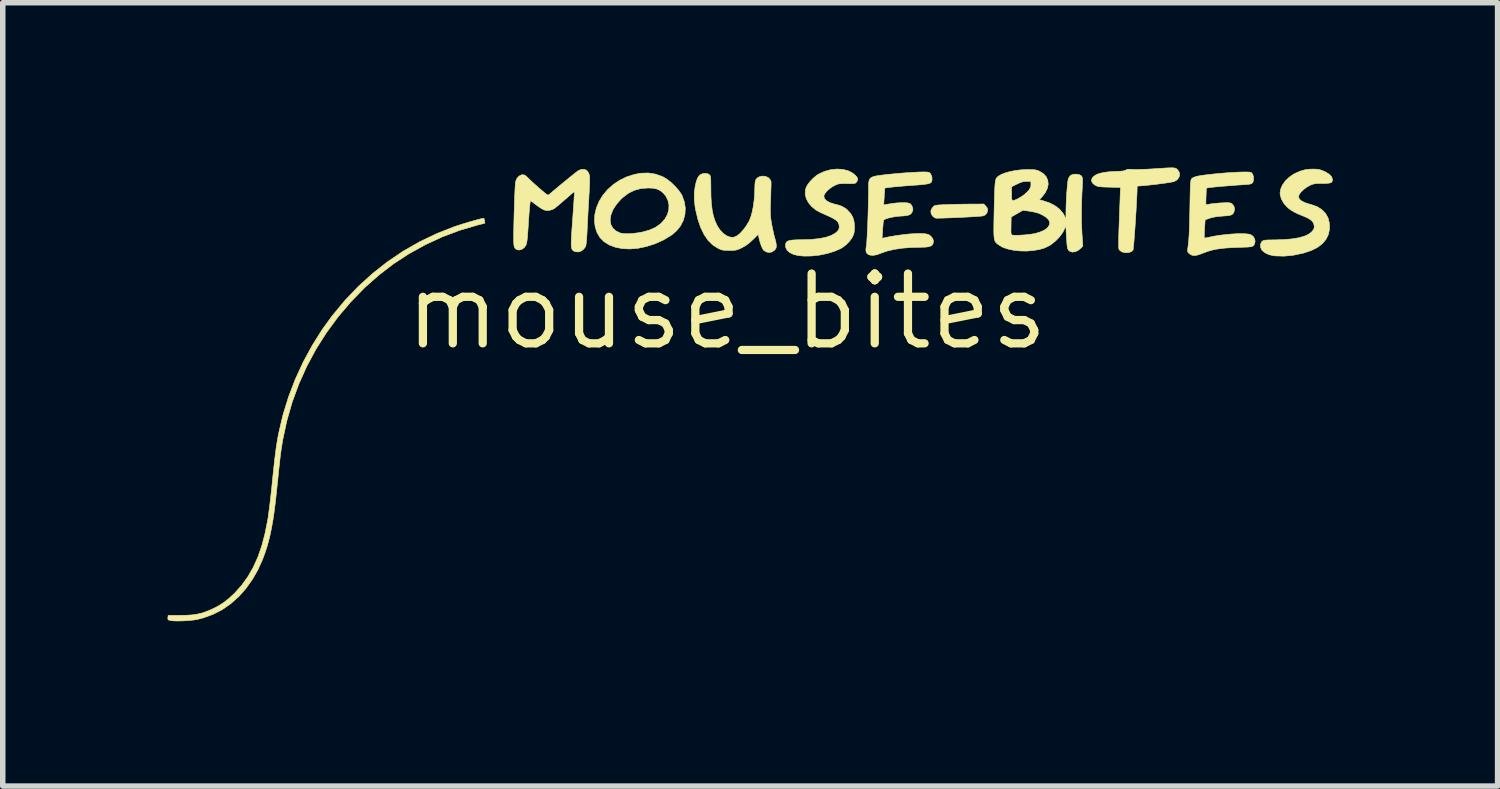
<source format=kicad_pcb>
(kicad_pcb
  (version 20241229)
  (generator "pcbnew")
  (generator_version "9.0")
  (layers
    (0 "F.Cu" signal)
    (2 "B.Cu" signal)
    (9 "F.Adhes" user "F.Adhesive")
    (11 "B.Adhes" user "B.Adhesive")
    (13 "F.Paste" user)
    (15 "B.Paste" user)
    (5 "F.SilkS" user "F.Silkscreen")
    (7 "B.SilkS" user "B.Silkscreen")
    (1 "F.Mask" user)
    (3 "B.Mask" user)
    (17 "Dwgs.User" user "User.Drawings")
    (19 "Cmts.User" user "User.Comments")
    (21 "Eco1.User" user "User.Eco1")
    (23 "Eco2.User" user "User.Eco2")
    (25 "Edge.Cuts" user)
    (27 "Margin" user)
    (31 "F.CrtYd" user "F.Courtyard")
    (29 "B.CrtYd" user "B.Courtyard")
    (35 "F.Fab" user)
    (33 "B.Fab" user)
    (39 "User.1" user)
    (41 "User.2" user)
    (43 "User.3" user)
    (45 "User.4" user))
  (footprint "mouse_bites"
    (layer "F.Cu")
    (at 10.182 2.62)
    (property "Reference" "mouse_bites" (at 0 0 0) (layer "F.SilkS") (effects (font (size 1.27 1.27) (thickness 0.15))))
    (attr through_hole)
    (fp_poly (pts (xy 4.713 -1.919) (xy 4.742 -1.88) (xy 4.748 -1.84) (xy 4.732 -1.793) (xy 4.731 -1.791) (xy 4.7 -1.756) (xy 4.664 -1.74) (xy 4.641 -1.737) (xy 4.597 -1.733) (xy 4.535 -1.729) (xy 4.459 -1.724) (xy 4.374 -1.719) (xy 4.282 -1.714) (xy 4.189 -1.71) (xy 4.097 -1.706) (xy 4.011 -1.703) (xy 3.934 -1.7) (xy 3.871 -1.699) (xy 3.825 -1.698) (xy 3.801 -1.699) (xy 3.775 -1.711) (xy 3.746 -1.736) (xy 3.739 -1.743) (xy 3.715 -1.79) (xy 3.714 -1.839) (xy 3.738 -1.887) (xy 3.753 -1.904) (xy 3.766 -1.917) (xy 3.781 -1.926) (xy 3.802 -1.932) (xy 3.833 -1.937) (xy 3.879 -1.94) (xy 3.944 -1.944) (xy 3.978 -1.945) (xy 4.057 -1.948) (xy 4.153 -1.951) (xy 4.256 -1.953) (xy 4.357 -1.954) (xy 4.424 -1.955) (xy 4.676 -1.956) (xy 4.713 -1.919)) (stroke (width 0.01) (type solid)) (fill yes) (layer "F.SilkS"))
    (fp_poly (pts (xy -1.301 -2.501) (xy -1.174 -2.456) (xy -1.159 -2.449) (xy -1.09 -2.407) (xy -1.017 -2.35) (xy -0.946 -2.282) (xy -0.883 -2.211) (xy -0.833 -2.141) (xy -0.815 -2.108) (xy -0.774 -1.994) (xy -0.757 -1.88) (xy -0.764 -1.767) (xy -0.793 -1.658) (xy -0.845 -1.557) (xy -0.918 -1.466) (xy -1.012 -1.387) (xy -1.014 -1.386) (xy -1.156 -1.301) (xy -1.307 -1.233) (xy -1.463 -1.183) (xy -1.62 -1.15) (xy -1.773 -1.138) (xy -1.899 -1.144) (xy -2.029 -1.169) (xy -2.141 -1.211) (xy -2.235 -1.269) (xy -2.309 -1.343) (xy -2.363 -1.433) (xy -2.397 -1.537) (xy -2.41 -1.632) (xy -2.409 -1.661) (xy -2.125 -1.661) (xy -2.113 -1.585) (xy -2.079 -1.52) (xy -2.023 -1.468) (xy -1.949 -1.432) (xy -1.931 -1.426) (xy -1.875 -1.417) (xy -1.801 -1.415) (xy -1.714 -1.42) (xy -1.621 -1.432) (xy -1.531 -1.448) (xy -1.406 -1.484) (xy -1.3 -1.531) (xy -1.212 -1.593) (xy -1.198 -1.605) (xy -1.13 -1.681) (xy -1.083 -1.764) (xy -1.058 -1.851) (xy -1.055 -1.939) (xy -1.074 -2.024) (xy -1.114 -2.104) (xy -1.164 -2.162) (xy -1.216 -2.202) (xy -1.274 -2.229) (xy -1.346 -2.244) (xy -1.434 -2.248) (xy -1.566 -2.238) (xy -1.685 -2.206) (xy -1.794 -2.152) (xy -1.895 -2.075) (xy -1.933 -2.039) (xy -2.015 -1.945) (xy -2.074 -1.852) (xy -2.111 -1.758) (xy -2.114 -1.746) (xy -2.125 -1.661) (xy -2.409 -1.661) (xy -2.405 -1.76) (xy -2.376 -1.885) (xy -2.326 -2.005) (xy -2.257 -2.117) (xy -2.17 -2.22) (xy -2.068 -2.311) (xy -1.952 -2.389) (xy -1.824 -2.451) (xy -1.686 -2.495) (xy -1.57 -2.517) (xy -1.433 -2.521) (xy -1.301 -2.501)) (stroke (width 0.01) (type solid)) (fill yes) (layer "F.SilkS"))
    (fp_poly (pts (xy 2.106 -2.587) (xy 2.204 -2.563) (xy 2.211 -2.56) (xy 2.277 -2.527) (xy 2.33 -2.487) (xy 2.368 -2.445) (xy 2.38 -2.418) (xy 2.377 -2.385) (xy 2.362 -2.359) (xy 2.35 -2.345) (xy 2.337 -2.335) (xy 2.318 -2.33) (xy 2.288 -2.328) (xy 2.241 -2.327) (xy 2.187 -2.328) (xy 2.122 -2.329) (xy 2.074 -2.327) (xy 2.039 -2.323) (xy 2.009 -2.315) (xy 1.978 -2.302) (xy 1.967 -2.297) (xy 1.908 -2.264) (xy 1.855 -2.224) (xy 1.81 -2.18) (xy 1.779 -2.138) (xy 1.765 -2.102) (xy 1.765 -2.098) (xy 1.777 -2.054) (xy 1.814 -2.015) (xy 1.875 -1.981) (xy 1.961 -1.954) (xy 2.006 -1.944) (xy 2.101 -1.912) (xy 2.183 -1.859) (xy 2.251 -1.785) (xy 2.288 -1.724) (xy 2.309 -1.665) (xy 2.321 -1.592) (xy 2.323 -1.513) (xy 2.316 -1.439) (xy 2.305 -1.398) (xy 2.275 -1.337) (xy 2.227 -1.273) (xy 2.168 -1.213) (xy 2.102 -1.163) (xy 2.074 -1.146) (xy 1.958 -1.096) (xy 1.826 -1.055) (xy 1.685 -1.026) (xy 1.542 -1.01) (xy 1.404 -1.008) (xy 1.304 -1.017) (xy 1.217 -1.037) (xy 1.149 -1.069) (xy 1.1 -1.11) (xy 1.072 -1.16) (xy 1.067 -1.198) (xy 1.07 -1.232) (xy 1.08 -1.258) (xy 1.1 -1.277) (xy 1.133 -1.291) (xy 1.182 -1.299) (xy 1.249 -1.304) (xy 1.338 -1.306) (xy 1.378 -1.306) (xy 1.54 -1.312) (xy 1.682 -1.327) (xy 1.802 -1.351) (xy 1.901 -1.385) (xy 1.977 -1.428) (xy 2.003 -1.451) (xy 2.031 -1.483) (xy 2.043 -1.515) (xy 2.045 -1.545) (xy 2.039 -1.588) (xy 2.022 -1.626) (xy 1.989 -1.66) (xy 1.938 -1.693) (xy 1.866 -1.729) (xy 1.825 -1.747) (xy 1.762 -1.775) (xy 1.7 -1.804) (xy 1.647 -1.832) (xy 1.616 -1.85) (xy 1.541 -1.912) (xy 1.483 -1.982) (xy 1.444 -2.058) (xy 1.425 -2.137) (xy 1.429 -2.214) (xy 1.446 -2.267) (xy 1.477 -2.319) (xy 1.523 -2.376) (xy 1.578 -2.432) (xy 1.634 -2.478) (xy 1.668 -2.5) (xy 1.773 -2.549) (xy 1.885 -2.58) (xy 1.998 -2.593) (xy 2.106 -2.587)) (stroke (width 0.01) (type solid)) (fill yes) (layer "F.SilkS"))
    (fp_poly (pts (xy 8.12 -2.615) (xy 8.148 -2.612) (xy 8.168 -2.607) (xy 8.183 -2.599) (xy 8.196 -2.589) (xy 8.205 -2.579) (xy 8.234 -2.535) (xy 8.241 -2.487) (xy 8.228 -2.44) (xy 8.196 -2.398) (xy 8.149 -2.369) (xy 8.13 -2.362) (xy 8.099 -2.356) (xy 8.047 -2.347) (xy 7.98 -2.337) (xy 7.903 -2.327) (xy 7.821 -2.316) (xy 7.738 -2.307) (xy 7.661 -2.298) (xy 7.593 -2.292) (xy 7.575 -2.29) (xy 7.468 -2.282) (xy 7.467 -2.23) (xy 7.466 -2.181) (xy 7.463 -2.115) (xy 7.459 -2.035) (xy 7.454 -1.943) (xy 7.449 -1.844) (xy 7.442 -1.74) (xy 7.436 -1.635) (xy 7.429 -1.531) (xy 7.422 -1.433) (xy 7.415 -1.342) (xy 7.409 -1.263) (xy 7.403 -1.198) (xy 7.398 -1.152) (xy 7.395 -1.126) (xy 7.394 -1.122) (xy 7.365 -1.092) (xy 7.319 -1.074) (xy 7.266 -1.069) (xy 7.21 -1.079) (xy 7.192 -1.085) (xy 7.16 -1.105) (xy 7.138 -1.129) (xy 7.138 -1.13) (xy 7.134 -1.144) (xy 7.132 -1.171) (xy 7.131 -1.212) (xy 7.131 -1.271) (xy 7.132 -1.348) (xy 7.135 -1.445) (xy 7.139 -1.565) (xy 7.143 -1.676) (xy 7.147 -1.79) (xy 7.151 -1.896) (xy 7.155 -1.993) (xy 7.158 -2.076) (xy 7.16 -2.144) (xy 7.162 -2.194) (xy 7.163 -2.222) (xy 7.163 -2.227) (xy 7.163 -2.258) (xy 6.963 -2.263) (xy 6.884 -2.265) (xy 6.826 -2.268) (xy 6.784 -2.272) (xy 6.753 -2.277) (xy 6.728 -2.286) (xy 6.712 -2.293) (xy 6.664 -2.328) (xy 6.64 -2.367) (xy 6.639 -2.407) (xy 6.663 -2.447) (xy 6.71 -2.483) (xy 6.737 -2.497) (xy 6.793 -2.516) (xy 6.869 -2.532) (xy 6.96 -2.543) (xy 7.062 -2.55) (xy 7.141 -2.552) (xy 7.208 -2.557) (xy 7.253 -2.57) (xy 7.259 -2.573) (xy 7.282 -2.585) (xy 7.312 -2.589) (xy 7.357 -2.588) (xy 7.382 -2.586) (xy 7.422 -2.585) (xy 7.483 -2.585) (xy 7.558 -2.587) (xy 7.642 -2.59) (xy 7.731 -2.595) (xy 7.76 -2.597) (xy 7.871 -2.604) (xy 7.96 -2.61) (xy 8.029 -2.614) (xy 8.082 -2.615) (xy 8.12 -2.615)) (stroke (width 0.01) (type solid)) (fill yes) (layer "F.SilkS"))
    (fp_poly (pts (xy 10.726 -2.591) (xy 10.779 -2.584) (xy 10.828 -2.57) (xy 10.883 -2.546) (xy 10.898 -2.539) (xy 10.964 -2.498) (xy 11.006 -2.455) (xy 11.023 -2.409) (xy 11.024 -2.4) (xy 11.02 -2.373) (xy 11.009 -2.354) (xy 10.985 -2.341) (xy 10.945 -2.334) (xy 10.886 -2.331) (xy 10.834 -2.33) (xy 10.768 -2.33) (xy 10.721 -2.328) (xy 10.685 -2.322) (xy 10.653 -2.313) (xy 10.62 -2.299) (xy 10.615 -2.297) (xy 10.555 -2.263) (xy 10.499 -2.221) (xy 10.451 -2.175) (xy 10.419 -2.132) (xy 10.414 -2.121) (xy 10.407 -2.081) (xy 10.422 -2.045) (xy 10.46 -2.012) (xy 10.521 -1.982) (xy 10.607 -1.954) (xy 10.64 -1.945) (xy 10.745 -1.908) (xy 10.831 -1.854) (xy 10.897 -1.786) (xy 10.943 -1.703) (xy 10.967 -1.608) (xy 10.97 -1.503) (xy 10.95 -1.404) (xy 10.907 -1.315) (xy 10.842 -1.237) (xy 10.755 -1.169) (xy 10.644 -1.113) (xy 10.51 -1.067) (xy 10.489 -1.061) (xy 10.307 -1.023) (xy 10.138 -1.007) (xy 9.978 -1.012) (xy 9.94 -1.017) (xy 9.863 -1.036) (xy 9.796 -1.068) (xy 9.745 -1.11) (xy 9.736 -1.121) (xy 9.715 -1.167) (xy 9.712 -1.216) (xy 9.728 -1.26) (xy 9.739 -1.273) (xy 9.75 -1.283) (xy 9.764 -1.291) (xy 9.784 -1.296) (xy 9.814 -1.3) (xy 9.858 -1.302) (xy 9.92 -1.303) (xy 9.989 -1.304) (xy 10.152 -1.31) (xy 10.292 -1.322) (xy 10.409 -1.342) (xy 10.506 -1.369) (xy 10.583 -1.403) (xy 10.642 -1.445) (xy 10.643 -1.447) (xy 10.681 -1.494) (xy 10.694 -1.541) (xy 10.683 -1.593) (xy 10.675 -1.613) (xy 10.652 -1.645) (xy 10.617 -1.675) (xy 10.567 -1.704) (xy 10.497 -1.735) (xy 10.485 -1.739) (xy 10.4 -1.775) (xy 10.332 -1.807) (xy 10.278 -1.839) (xy 10.23 -1.873) (xy 10.201 -1.898) (xy 10.138 -1.968) (xy 10.094 -2.045) (xy 10.072 -2.124) (xy 10.069 -2.157) (xy 10.081 -2.23) (xy 10.114 -2.304) (xy 10.165 -2.376) (xy 10.233 -2.442) (xy 10.313 -2.498) (xy 10.354 -2.519) (xy 10.441 -2.556) (xy 10.519 -2.579) (xy 10.599 -2.59) (xy 10.659 -2.592) (xy 10.726 -2.591)) (stroke (width 0.01) (type solid)) (fill yes) (layer "F.SilkS"))
    (fp_poly (pts (xy -0.35 -2.508) (xy -0.318 -2.489) (xy -0.308 -2.478) (xy -0.302 -2.464) (xy -0.297 -2.442) (xy -0.294 -2.409) (xy -0.293 -2.361) (xy -0.292 -2.294) (xy -0.292 -2.244) (xy -0.29 -2.092) (xy -0.282 -1.961) (xy -0.268 -1.847) (xy -0.248 -1.748) (xy -0.22 -1.66) (xy -0.185 -1.579) (xy -0.175 -1.559) (xy -0.127 -1.486) (xy -0.071 -1.426) (xy -0.01 -1.381) (xy 0.053 -1.355) (xy 0.113 -1.35) (xy 0.127 -1.353) (xy 0.18 -1.375) (xy 0.237 -1.418) (xy 0.294 -1.48) (xy 0.35 -1.555) (xy 0.402 -1.641) (xy 0.41 -1.657) (xy 0.437 -1.726) (xy 0.461 -1.814) (xy 0.481 -1.917) (xy 0.496 -2.03) (xy 0.505 -2.148) (xy 0.508 -2.25) (xy 0.51 -2.305) (xy 0.514 -2.354) (xy 0.521 -2.388) (xy 0.523 -2.394) (xy 0.553 -2.431) (xy 0.598 -2.455) (xy 0.651 -2.465) (xy 0.705 -2.459) (xy 0.752 -2.437) (xy 0.762 -2.429) (xy 0.788 -2.399) (xy 0.803 -2.368) (xy 0.804 -2.362) (xy 0.804 -2.341) (xy 0.804 -2.298) (xy 0.802 -2.238) (xy 0.8 -2.165) (xy 0.798 -2.083) (xy 0.796 -2.045) (xy 0.793 -1.949) (xy 0.791 -1.873) (xy 0.791 -1.812) (xy 0.793 -1.761) (xy 0.796 -1.716) (xy 0.802 -1.67) (xy 0.81 -1.619) (xy 0.812 -1.607) (xy 0.826 -1.533) (xy 0.843 -1.455) (xy 0.859 -1.384) (xy 0.87 -1.344) (xy 0.89 -1.27) (xy 0.899 -1.215) (xy 0.9 -1.175) (xy 0.89 -1.144) (xy 0.87 -1.119) (xy 0.867 -1.115) (xy 0.817 -1.082) (xy 0.763 -1.074) (xy 0.732 -1.08) (xy 0.696 -1.096) (xy 0.672 -1.112) (xy 0.65 -1.142) (xy 0.628 -1.191) (xy 0.606 -1.254) (xy 0.587 -1.324) (xy 0.585 -1.333) (xy 0.57 -1.403) (xy 0.472 -1.307) (xy 0.404 -1.245) (xy 0.34 -1.198) (xy 0.274 -1.161) (xy 0.226 -1.138) (xy 0.189 -1.124) (xy 0.155 -1.116) (xy 0.114 -1.112) (xy 0.059 -1.111) (xy 0.045 -1.111) (xy -0.016 -1.112) (xy -0.059 -1.115) (xy -0.094 -1.122) (xy -0.128 -1.134) (xy -0.167 -1.153) (xy -0.261 -1.213) (xy -0.344 -1.296) (xy -0.416 -1.402) (xy -0.478 -1.53) (xy -0.529 -1.681) (xy -0.57 -1.854) (xy -0.578 -1.897) (xy -0.594 -2.041) (xy -0.593 -2.174) (xy -0.577 -2.28) (xy -0.559 -2.359) (xy -0.539 -2.417) (xy -0.516 -2.458) (xy -0.488 -2.487) (xy -0.488 -2.488) (xy -0.446 -2.508) (xy -0.397 -2.515) (xy -0.35 -2.508)) (stroke (width 0.01) (type solid)) (fill yes) (layer "F.SilkS"))
    (fp_poly (pts (xy -4.423 -1.697) (xy -4.418 -1.682) (xy -4.412 -1.653) (xy -4.412 -1.649) (xy -4.405 -1.607) (xy -4.545 -1.571) (xy -4.868 -1.476) (xy -5.184 -1.357) (xy -5.49 -1.215) (xy -5.786 -1.052) (xy -6.069 -0.867) (xy -6.337 -0.661) (xy -6.591 -0.437) (xy -6.593 -0.435) (xy -6.846 -0.175) (xy -7.078 0.098) (xy -7.289 0.385) (xy -7.479 0.684) (xy -7.646 0.995) (xy -7.791 1.317) (xy -7.913 1.649) (xy -8.011 1.991) (xy -8.086 2.341) (xy -8.115 2.525) (xy -8.123 2.584) (xy -8.133 2.663) (xy -8.143 2.757) (xy -8.155 2.861) (xy -8.166 2.969) (xy -8.177 3.077) (xy -8.179 3.092) (xy -8.2 3.3) (xy -8.221 3.486) (xy -8.242 3.652) (xy -8.264 3.8) (xy -8.288 3.934) (xy -8.313 4.057) (xy -8.34 4.17) (xy -8.37 4.278) (xy -8.404 4.382) (xy -8.441 4.485) (xy -8.459 4.529) (xy -8.54 4.708) (xy -8.639 4.879) (xy -8.751 5.037) (xy -8.873 5.177) (xy -8.882 5.186) (xy -9.031 5.319) (xy -9.189 5.429) (xy -9.358 5.515) (xy -9.538 5.58) (xy -9.646 5.607) (xy -9.697 5.615) (xy -9.765 5.623) (xy -9.842 5.629) (xy -9.921 5.633) (xy -9.994 5.634) (xy -10.055 5.633) (xy -10.084 5.631) (xy -10.133 5.624) (xy -10.161 5.617) (xy -10.174 5.606) (xy -10.177 5.589) (xy -10.176 5.573) (xy -10.171 5.531) (xy -9.946 5.531) (xy -9.831 5.529) (xy -9.734 5.523) (xy -9.65 5.511) (xy -9.57 5.493) (xy -9.488 5.466) (xy -9.398 5.43) (xy -9.389 5.426) (xy -9.273 5.369) (xy -9.166 5.303) (xy -9.063 5.222) (xy -8.959 5.125) (xy -8.833 4.984) (xy -8.721 4.829) (xy -8.623 4.659) (xy -8.538 4.471) (xy -8.466 4.264) (xy -8.407 4.038) (xy -8.358 3.79) (xy -8.351 3.747) (xy -8.342 3.681) (xy -8.331 3.596) (xy -8.318 3.495) (xy -8.305 3.384) (xy -8.292 3.268) (xy -8.28 3.152) (xy -8.275 3.099) (xy -8.259 2.943) (xy -8.244 2.808) (xy -8.232 2.693) (xy -8.219 2.592) (xy -8.208 2.504) (xy -8.196 2.424) (xy -8.184 2.35) (xy -8.171 2.278) (xy -8.158 2.21) (xy -8.081 1.882) (xy -7.98 1.555) (xy -7.857 1.234) (xy -7.712 0.919) (xy -7.547 0.616) (xy -7.365 0.326) (xy -7.183 0.076) (xy -6.953 -0.201) (xy -6.708 -0.457) (xy -6.449 -0.692) (xy -6.177 -0.906) (xy -5.891 -1.099) (xy -5.593 -1.269) (xy -5.282 -1.418) (xy -4.959 -1.545) (xy -4.943 -1.55) (xy -4.886 -1.569) (xy -4.82 -1.59) (xy -4.747 -1.612) (xy -4.673 -1.634) (xy -4.602 -1.654) (xy -4.537 -1.672) (xy -4.484 -1.686) (xy -4.445 -1.694) (xy -4.425 -1.697) (xy -4.423 -1.697)) (stroke (width 0.01) (type solid)) (fill yes) (layer "F.SilkS"))
    (fp_poly (pts (xy 3.629 -2.539) (xy 3.663 -2.536) (xy 3.683 -2.53) (xy 3.699 -2.517) (xy 3.707 -2.507) (xy 3.73 -2.458) (xy 3.734 -2.419) (xy 3.733 -2.391) (xy 3.729 -2.368) (xy 3.718 -2.351) (xy 3.699 -2.337) (xy 3.668 -2.326) (xy 3.623 -2.318) (xy 3.561 -2.31) (xy 3.48 -2.303) (xy 3.376 -2.296) (xy 3.355 -2.294) (xy 3.241 -2.286) (xy 3.138 -2.277) (xy 3.048 -2.269) (xy 2.975 -2.261) (xy 2.919 -2.254) (xy 2.885 -2.248) (xy 2.875 -2.244) (xy 2.873 -2.231) (xy 2.871 -2.198) (xy 2.867 -2.149) (xy 2.864 -2.091) (xy 2.864 -2.091) (xy 2.854 -1.94) (xy 2.903 -1.949) (xy 3.001 -1.965) (xy 3.094 -1.976) (xy 3.178 -1.981) (xy 3.249 -1.981) (xy 3.303 -1.974) (xy 3.336 -1.962) (xy 3.336 -1.962) (xy 3.359 -1.937) (xy 3.377 -1.902) (xy 3.378 -1.899) (xy 3.386 -1.862) (xy 3.38 -1.83) (xy 3.372 -1.811) (xy 3.355 -1.784) (xy 3.333 -1.765) (xy 3.3 -1.752) (xy 3.253 -1.743) (xy 3.186 -1.737) (xy 3.156 -1.736) (xy 3.089 -1.73) (xy 3.022 -1.719) (xy 2.959 -1.706) (xy 2.907 -1.691) (xy 2.869 -1.675) (xy 2.851 -1.66) (xy 2.851 -1.66) (xy 2.848 -1.642) (xy 2.844 -1.604) (xy 2.84 -1.552) (xy 2.835 -1.491) (xy 2.835 -1.488) (xy 2.825 -1.332) (xy 2.857 -1.339) (xy 2.964 -1.362) (xy 3.078 -1.381) (xy 3.195 -1.397) (xy 3.309 -1.41) (xy 3.415 -1.417) (xy 3.507 -1.42) (xy 3.581 -1.417) (xy 3.587 -1.417) (xy 3.637 -1.41) (xy 3.671 -1.4) (xy 3.697 -1.384) (xy 3.717 -1.365) (xy 3.748 -1.326) (xy 3.759 -1.287) (xy 3.759 -1.283) (xy 3.755 -1.243) (xy 3.742 -1.214) (xy 3.715 -1.193) (xy 3.674 -1.179) (xy 3.613 -1.171) (xy 3.531 -1.169) (xy 3.505 -1.168) (xy 3.337 -1.164) (xy 3.181 -1.151) (xy 3.04 -1.129) (xy 2.916 -1.1) (xy 2.814 -1.064) (xy 2.813 -1.064) (xy 2.73 -1.033) (xy 2.662 -1.021) (xy 2.605 -1.026) (xy 2.582 -1.034) (xy 2.55 -1.056) (xy 2.533 -1.088) (xy 2.53 -1.135) (xy 2.538 -1.191) (xy 2.543 -1.224) (xy 2.547 -1.278) (xy 2.552 -1.351) (xy 2.556 -1.439) (xy 2.561 -1.538) (xy 2.565 -1.646) (xy 2.569 -1.757) (xy 2.572 -1.869) (xy 2.575 -1.979) (xy 2.577 -2.083) (xy 2.578 -2.177) (xy 2.578 -2.204) (xy 2.578 -2.278) (xy 2.58 -2.336) (xy 2.587 -2.381) (xy 2.602 -2.414) (xy 2.627 -2.438) (xy 2.665 -2.455) (xy 2.719 -2.468) (xy 2.791 -2.479) (xy 2.885 -2.49) (xy 2.927 -2.495) (xy 3.042 -2.506) (xy 3.162 -2.517) (xy 3.28 -2.526) (xy 3.392 -2.533) (xy 3.491 -2.538) (xy 3.571 -2.54) (xy 3.577 -2.54) (xy 3.629 -2.539)) (stroke (width 0.01) (type solid)) (fill yes) (layer "F.SilkS"))
    (fp_poly (pts (xy 9.517 -2.536) (xy 9.543 -2.531) (xy 9.545 -2.53) (xy 9.57 -2.5) (xy 9.585 -2.456) (xy 9.588 -2.408) (xy 9.58 -2.364) (xy 9.565 -2.339) (xy 9.55 -2.328) (xy 9.527 -2.32) (xy 9.492 -2.314) (xy 9.439 -2.31) (xy 9.384 -2.306) (xy 9.313 -2.302) (xy 9.232 -2.296) (xy 9.145 -2.289) (xy 9.057 -2.282) (xy 8.972 -2.275) (xy 8.896 -2.268) (xy 8.832 -2.261) (xy 8.786 -2.256) (xy 8.768 -2.253) (xy 8.728 -2.246) (xy 8.722 -2.098) (xy 8.72 -2.039) (xy 8.719 -1.991) (xy 8.719 -1.958) (xy 8.72 -1.945) (xy 8.733 -1.945) (xy 8.763 -1.95) (xy 8.791 -1.955) (xy 8.831 -1.962) (xy 8.889 -1.968) (xy 8.955 -1.974) (xy 9.011 -1.977) (xy 9.076 -1.98) (xy 9.121 -1.981) (xy 9.151 -1.978) (xy 9.172 -1.973) (xy 9.188 -1.964) (xy 9.198 -1.957) (xy 9.23 -1.916) (xy 9.242 -1.866) (xy 9.231 -1.813) (xy 9.227 -1.804) (xy 9.213 -1.781) (xy 9.194 -1.764) (xy 9.168 -1.753) (xy 9.128 -1.745) (xy 9.072 -1.74) (xy 9.015 -1.736) (xy 8.909 -1.726) (xy 8.821 -1.708) (xy 8.793 -1.699) (xy 8.706 -1.669) (xy 8.695 -1.506) (xy 8.692 -1.445) (xy 8.69 -1.393) (xy 8.689 -1.356) (xy 8.69 -1.339) (xy 8.69 -1.338) (xy 8.705 -1.338) (xy 8.736 -1.343) (xy 8.778 -1.352) (xy 8.87 -1.371) (xy 8.969 -1.387) (xy 9.073 -1.399) (xy 9.176 -1.409) (xy 9.275 -1.415) (xy 9.365 -1.417) (xy 9.442 -1.414) (xy 9.501 -1.408) (xy 9.534 -1.399) (xy 9.578 -1.369) (xy 9.605 -1.326) (xy 9.615 -1.277) (xy 9.604 -1.228) (xy 9.59 -1.205) (xy 9.58 -1.194) (xy 9.569 -1.187) (xy 9.552 -1.181) (xy 9.526 -1.177) (xy 9.486 -1.173) (xy 9.43 -1.171) (xy 9.354 -1.168) (xy 9.32 -1.167) (xy 9.189 -1.162) (xy 9.08 -1.155) (xy 8.986 -1.145) (xy 8.905 -1.133) (xy 8.831 -1.117) (xy 8.759 -1.096) (xy 8.686 -1.07) (xy 8.66 -1.06) (xy 8.597 -1.036) (xy 8.55 -1.023) (xy 8.513 -1.019) (xy 8.477 -1.022) (xy 8.465 -1.025) (xy 8.437 -1.038) (xy 8.41 -1.059) (xy 8.39 -1.081) (xy 8.385 -1.108) (xy 8.388 -1.137) (xy 8.396 -1.193) (xy 8.402 -1.251) (xy 8.408 -1.313) (xy 8.413 -1.384) (xy 8.417 -1.466) (xy 8.42 -1.562) (xy 8.423 -1.676) (xy 8.426 -1.81) (xy 8.428 -1.892) (xy 8.43 -2.018) (xy 8.432 -2.121) (xy 8.434 -2.203) (xy 8.436 -2.268) (xy 8.439 -2.317) (xy 8.441 -2.353) (xy 8.445 -2.378) (xy 8.449 -2.396) (xy 8.454 -2.407) (xy 8.46 -2.416) (xy 8.465 -2.421) (xy 8.485 -2.436) (xy 8.516 -2.449) (xy 8.559 -2.461) (xy 8.619 -2.473) (xy 8.698 -2.484) (xy 8.792 -2.495) (xy 8.903 -2.507) (xy 9.015 -2.517) (xy 9.123 -2.526) (xy 9.226 -2.532) (xy 9.32 -2.537) (xy 9.402 -2.539) (xy 9.468 -2.539) (xy 9.517 -2.536)) (stroke (width 0.01) (type solid)) (fill yes) (layer "F.SilkS"))
    (fp_poly (pts (xy -2.593 -2.588) (xy -2.549 -2.566) (xy -2.517 -2.522) (xy -2.501 -2.474) (xy -2.499 -2.445) (xy -2.499 -2.394) (xy -2.5 -2.328) (xy -2.503 -2.249) (xy -2.507 -2.163) (xy -2.509 -2.14) (xy -2.514 -2.041) (xy -2.521 -1.926) (xy -2.528 -1.802) (xy -2.534 -1.679) (xy -2.54 -1.566) (xy -2.541 -1.537) (xy -2.547 -1.422) (xy -2.553 -1.327) (xy -2.559 -1.255) (xy -2.566 -1.206) (xy -2.572 -1.181) (xy -2.572 -1.181) (xy -2.609 -1.132) (xy -2.656 -1.098) (xy -2.709 -1.083) (xy -2.762 -1.089) (xy -2.783 -1.098) (xy -2.799 -1.108) (xy -2.812 -1.121) (xy -2.822 -1.138) (xy -2.829 -1.162) (xy -2.833 -1.196) (xy -2.834 -1.243) (xy -2.832 -1.304) (xy -2.828 -1.383) (xy -2.822 -1.482) (xy -2.813 -1.604) (xy -2.813 -1.608) (xy -2.803 -1.744) (xy -2.795 -1.856) (xy -2.789 -1.948) (xy -2.784 -2.02) (xy -2.781 -2.076) (xy -2.778 -2.117) (xy -2.777 -2.145) (xy -2.777 -2.163) (xy -2.778 -2.173) (xy -2.78 -2.177) (xy -2.783 -2.177) (xy -2.786 -2.175) (xy -2.799 -2.165) (xy -2.828 -2.141) (xy -2.869 -2.105) (xy -2.918 -2.062) (xy -2.957 -2.029) (xy -3.023 -1.972) (xy -3.073 -1.929) (xy -3.111 -1.898) (xy -3.14 -1.876) (xy -3.164 -1.862) (xy -3.186 -1.853) (xy -3.209 -1.847) (xy -3.223 -1.843) (xy -3.264 -1.838) (xy -3.303 -1.841) (xy -3.344 -1.856) (xy -3.394 -1.885) (xy -3.455 -1.928) (xy -3.468 -1.937) (xy -3.575 -2.018) (xy -3.583 -1.977) (xy -3.586 -1.954) (xy -3.591 -1.909) (xy -3.596 -1.847) (xy -3.602 -1.77) (xy -3.608 -1.683) (xy -3.614 -1.594) (xy -3.621 -1.486) (xy -3.627 -1.401) (xy -3.633 -1.335) (xy -3.639 -1.285) (xy -3.645 -1.249) (xy -3.652 -1.222) (xy -3.66 -1.204) (xy -3.691 -1.161) (xy -3.732 -1.132) (xy -3.777 -1.119) (xy -3.82 -1.124) (xy -3.837 -1.134) (xy -3.849 -1.144) (xy -3.859 -1.155) (xy -3.867 -1.169) (xy -3.873 -1.189) (xy -3.878 -1.217) (xy -3.88 -1.255) (xy -3.882 -1.305) (xy -3.882 -1.37) (xy -3.881 -1.453) (xy -3.879 -1.555) (xy -3.876 -1.678) (xy -3.874 -1.763) (xy -3.87 -1.881) (xy -3.867 -1.993) (xy -3.863 -2.096) (xy -3.859 -2.186) (xy -3.855 -2.262) (xy -3.851 -2.32) (xy -3.848 -2.356) (xy -3.846 -2.367) (xy -3.823 -2.421) (xy -3.787 -2.462) (xy -3.743 -2.486) (xy -3.718 -2.489) (xy -3.691 -2.486) (xy -3.665 -2.472) (xy -3.633 -2.444) (xy -3.613 -2.424) (xy -3.58 -2.392) (xy -3.533 -2.348) (xy -3.477 -2.298) (xy -3.42 -2.247) (xy -3.404 -2.234) (xy -3.348 -2.186) (xy -3.308 -2.153) (xy -3.281 -2.132) (xy -3.262 -2.122) (xy -3.25 -2.121) (xy -3.239 -2.126) (xy -3.233 -2.132) (xy -3.198 -2.162) (xy -3.15 -2.203) (xy -3.093 -2.25) (xy -3.03 -2.303) (xy -2.964 -2.357) (xy -2.899 -2.41) (xy -2.838 -2.46) (xy -2.784 -2.503) (xy -2.741 -2.537) (xy -2.712 -2.559) (xy -2.703 -2.565) (xy -2.645 -2.588) (xy -2.593 -2.588)) (stroke (width 0.01) (type solid)) (fill yes) (layer "F.SilkS"))
    (fp_poly (pts (xy 5.53 -2.583) (xy 5.58 -2.582) (xy 5.618 -2.577) (xy 5.648 -2.57) (xy 5.679 -2.558) (xy 5.687 -2.554) (xy 5.76 -2.51) (xy 5.812 -2.454) (xy 5.841 -2.389) (xy 5.849 -2.318) (xy 5.834 -2.242) (xy 5.796 -2.164) (xy 5.739 -2.089) (xy 5.688 -2.033) (xy 5.743 -2.02) (xy 5.868 -1.979) (xy 5.973 -1.925) (xy 6.059 -1.859) (xy 6.123 -1.781) (xy 6.148 -1.734) (xy 6.172 -1.683) (xy 6.172 -1.797) (xy 6.173 -1.876) (xy 6.176 -1.963) (xy 6.18 -2.053) (xy 6.185 -2.142) (xy 6.192 -2.226) (xy 6.198 -2.3) (xy 6.205 -2.361) (xy 6.212 -2.403) (xy 6.216 -2.42) (xy 6.245 -2.467) (xy 6.287 -2.493) (xy 6.345 -2.5) (xy 6.365 -2.499) (xy 6.413 -2.491) (xy 6.445 -2.476) (xy 6.465 -2.45) (xy 6.474 -2.409) (xy 6.474 -2.349) (xy 6.472 -2.311) (xy 6.463 -2.146) (xy 6.457 -1.975) (xy 6.455 -1.807) (xy 6.455 -1.647) (xy 6.46 -1.502) (xy 6.463 -1.43) (xy 6.479 -1.191) (xy 6.443 -1.152) (xy 6.393 -1.111) (xy 6.339 -1.087) (xy 6.288 -1.081) (xy 6.243 -1.095) (xy 6.224 -1.11) (xy 6.212 -1.125) (xy 6.203 -1.144) (xy 6.197 -1.172) (xy 6.191 -1.213) (xy 6.187 -1.273) (xy 6.184 -1.31) (xy 6.18 -1.377) (xy 6.176 -1.439) (xy 6.174 -1.49) (xy 6.172 -1.522) (xy 6.172 -1.524) (xy 6.171 -1.568) (xy 6.154 -1.52) (xy 6.114 -1.439) (xy 6.055 -1.358) (xy 5.981 -1.282) (xy 5.896 -1.215) (xy 5.866 -1.196) (xy 5.782 -1.156) (xy 5.682 -1.127) (xy 5.571 -1.109) (xy 5.455 -1.1) (xy 5.337 -1.102) (xy 5.223 -1.114) (xy 5.117 -1.136) (xy 5.025 -1.167) (xy 4.952 -1.209) (xy 4.95 -1.21) (xy 4.927 -1.228) (xy 4.908 -1.244) (xy 4.892 -1.261) (xy 4.88 -1.282) (xy 4.871 -1.308) (xy 4.865 -1.343) (xy 4.861 -1.389) (xy 4.859 -1.448) (xy 4.859 -1.492) (xy 5.171 -1.492) (xy 5.171 -1.447) (xy 5.173 -1.418) (xy 5.178 -1.402) (xy 5.186 -1.394) (xy 5.191 -1.392) (xy 5.222 -1.388) (xy 5.273 -1.387) (xy 5.336 -1.389) (xy 5.407 -1.393) (xy 5.478 -1.4) (xy 5.543 -1.408) (xy 5.598 -1.417) (xy 5.616 -1.421) (xy 5.705 -1.448) (xy 5.773 -1.478) (xy 5.824 -1.513) (xy 5.847 -1.537) (xy 5.874 -1.584) (xy 5.876 -1.629) (xy 5.854 -1.673) (xy 5.806 -1.718) (xy 5.74 -1.758) (xy 5.687 -1.783) (xy 5.631 -1.801) (xy 5.564 -1.816) (xy 5.485 -1.829) (xy 5.388 -1.842) (xy 5.282 -1.781) (xy 5.175 -1.72) (xy 5.172 -1.559) (xy 5.171 -1.492) (xy 4.859 -1.492) (xy 4.859 -1.522) (xy 4.86 -1.615) (xy 4.862 -1.728) (xy 4.865 -1.86) (xy 4.868 -1.992) (xy 4.871 -2.102) (xy 4.874 -2.191) (xy 4.877 -2.262) (xy 4.878 -2.27) (xy 5.182 -2.27) (xy 5.182 -2.145) (xy 5.182 -2.083) (xy 5.186 -2.043) (xy 5.197 -2.023) (xy 5.217 -2.02) (xy 5.25 -2.031) (xy 5.29 -2.049) (xy 5.352 -2.084) (xy 5.414 -2.128) (xy 5.468 -2.176) (xy 5.507 -2.221) (xy 5.511 -2.227) (xy 5.533 -2.283) (xy 5.535 -2.321) (xy 5.531 -2.369) (xy 5.455 -2.368) (xy 5.41 -2.366) (xy 5.369 -2.357) (xy 5.322 -2.339) (xy 5.28 -2.319) (xy 5.182 -2.27) (xy 4.878 -2.27) (xy 4.881 -2.317) (xy 4.886 -2.359) (xy 4.891 -2.391) (xy 4.899 -2.414) (xy 4.908 -2.43) (xy 4.92 -2.444) (xy 4.933 -2.456) (xy 4.939 -2.461) (xy 4.992 -2.493) (xy 5.065 -2.522) (xy 5.153 -2.547) (xy 5.252 -2.566) (xy 5.357 -2.579) (xy 5.461 -2.584) (xy 5.53 -2.583)) (stroke (width 0.01) (type solid)) (fill yes) (layer "F.SilkS")))
  (gr_rect
    (start -3 -3)
    (end 24.211 11.259)
    (stroke (width 0.1) (type default))
    (fill no)
    (layer "Edge.Cuts")))
</source>
